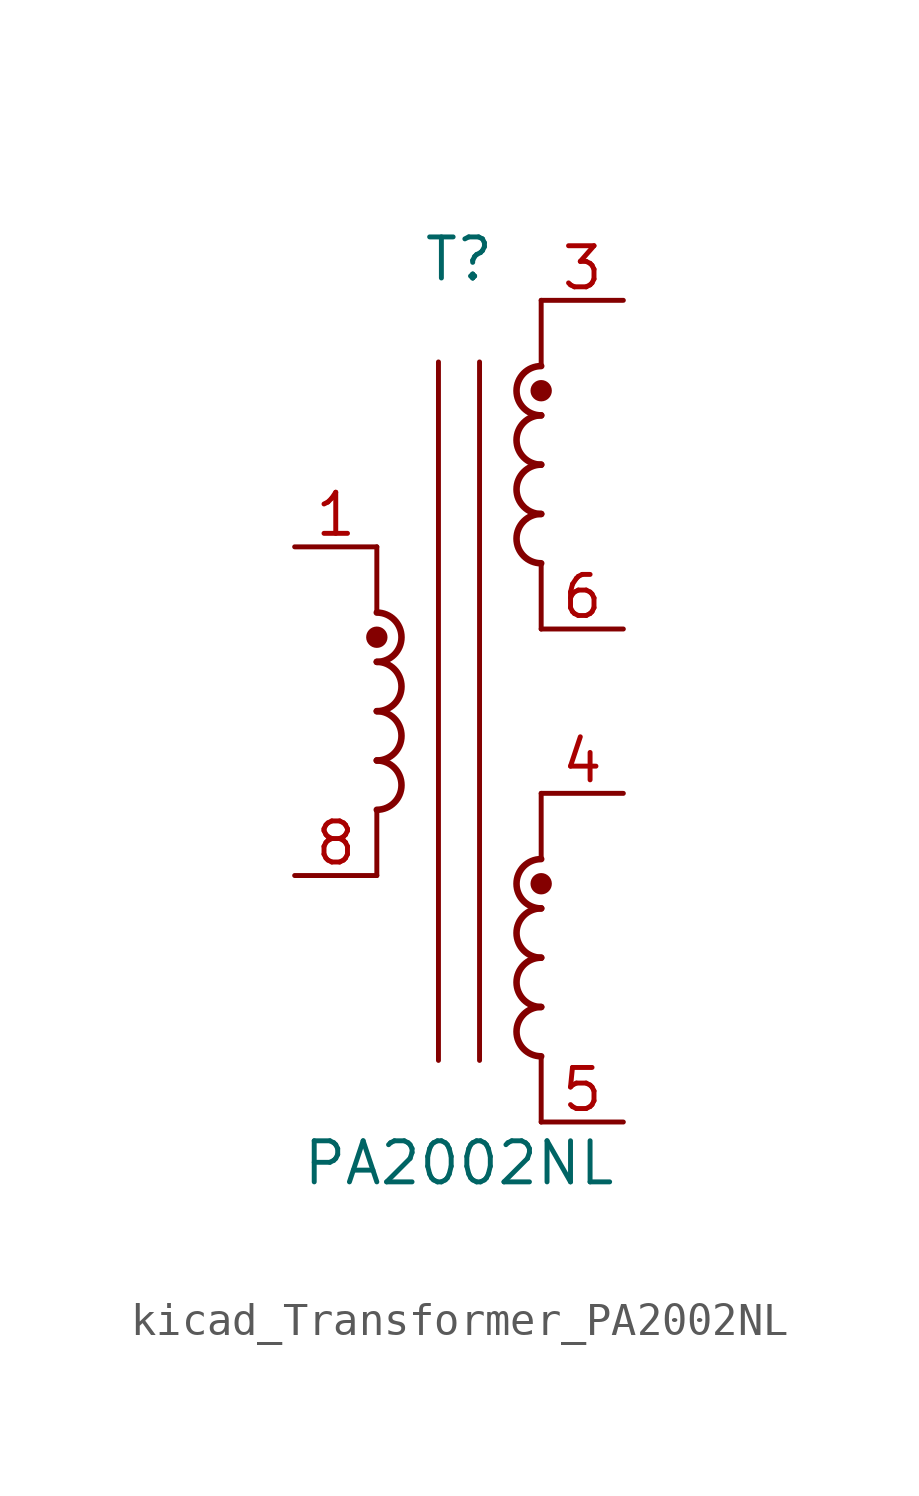
<source format=kicad_sym>
(kicad_symbol_lib
  (version 20220914)
  (generator kicad_symbol_editor)
  (symbol "kicad_Transformer_PA2002NL"
    (pin_names hide)
    (property "Reference" "T"
      (at 0 13.97 0)
      (effects (font (size 1.27 1.27))))
    (property "Value" "PA2002NL"
      (at 0 -13.97 0)
      (effects (font (size 1.27 1.27))))
    (symbol "kicad_Transformer_PA2002NL_0_1"
      (arc (start -2.54 -3.048) (mid -1.7813 -2.286) (end -2.54 -1.524) (stroke (width 0.2032) (type default)) (fill (type none)))
      (arc (start -2.54 -1.524) (mid -1.7813 -0.762) (end -2.54 0) (stroke (width 0.2032) (type default)) (fill (type none)))
      (arc (start -2.54 0) (mid -1.7813 0.762) (end -2.54 1.524) (stroke (width 0.2032) (type default)) (fill (type none)))
      (circle (center -2.54 2.286) (radius 0.254) (stroke (width 0) (type default)) (fill (type outline)))
      (polyline (pts (xy -2.54 -3.048) (xy -2.54 -5.08)) (stroke (width 0) (type default)) (fill (type none)))
      (polyline (pts (xy -2.54 5.08) (xy -2.54 3.048)) (stroke (width 0) (type default)) (fill (type none)))
      (polyline (pts (xy -0.635 10.795) (xy -0.635 -10.795)) (stroke (width 0) (type default)) (fill (type none)))
      (polyline (pts (xy 0.635 10.795) (xy 0.635 -10.795)) (stroke (width 0) (type default)) (fill (type none)))
      (polyline (pts (xy 2.54 -10.668) (xy 2.54 -12.7)) (stroke (width 0) (type default)) (fill (type none)))
      (polyline (pts (xy 2.54 -2.54) (xy 2.54 -4.572)) (stroke (width 0) (type default)) (fill (type none)))
      (polyline (pts (xy 2.54 4.572) (xy 2.54 2.54)) (stroke (width 0) (type default)) (fill (type none)))
      (polyline (pts (xy 2.54 12.7) (xy 2.54 10.668)) (stroke (width 0) (type default)) (fill (type none)))
      (arc (start 2.54 -9.144) (mid 1.7813 -9.906) (end 2.54 -10.668) (stroke (width 0.2032) (type default)) (fill (type none)))
      (arc (start 2.54 -7.62) (mid 1.7813 -8.382) (end 2.54 -9.144) (stroke (width 0.2032) (type default)) (fill (type none)))
      (arc (start 2.54 -6.096) (mid 1.7813 -6.858) (end 2.54 -7.62) (stroke (width 0.2032) (type default)) (fill (type none)))
      (circle (center 2.54 -5.334) (radius 0.254) (stroke (width 0) (type default)) (fill (type outline)))
      (arc (start 2.54 -4.572) (mid 1.7813 -5.334) (end 2.54 -6.096) (stroke (width 0.2032) (type default)) (fill (type none)))
      (arc (start 2.54 6.096) (mid 1.7813 5.334) (end 2.54 4.572) (stroke (width 0.2032) (type default)) (fill (type none)))
      (arc (start 2.54 7.62) (mid 1.7813 6.858) (end 2.54 6.096) (stroke (width 0.2032) (type default)) (fill (type none)))
      (arc (start 2.54 9.144) (mid 1.7813 8.382) (end 2.54 7.62) (stroke (width 0.2032) (type default)) (fill (type none)))
      (circle (center 2.54 9.906) (radius 0.254) (stroke (width 0) (type default)) (fill (type outline)))
      (arc (start 2.54 10.668) (mid 1.7813 9.906) (end 2.54 9.144) (stroke (width 0.2032) (type default)) (fill (type none))))
    (symbol "kicad_Transformer_PA2002NL_1_1"
      (arc (start -2.54 1.524) (mid -1.7813 2.286) (end -2.54 3.048) (stroke (width 0.2032) (type default)) (fill (type none)))
      (pin passive line (at -5.08 5.08 0) (length 2.54) (name "~" (effects (font (size 1.27 1.27)))) (number "1" (effects (font (size 1.27 1.27)))))
      (pin passive line (at 5.08 12.7 180) (length 2.54) (name "~" (effects (font (size 1.27 1.27)))) (number "3" (effects (font (size 1.27 1.27)))))
      (pin passive line (at 5.08 -2.54 180) (length 2.54) (name "~" (effects (font (size 1.27 1.27)))) (number "4" (effects (font (size 1.27 1.27)))))
      (pin passive line (at 5.08 -12.7 180) (length 2.54) (name "~" (effects (font (size 1.27 1.27)))) (number "5" (effects (font (size 1.27 1.27)))))
      (pin passive line (at 5.08 2.54 180) (length 2.54) (name "~" (effects (font (size 1.27 1.27)))) (number "6" (effects (font (size 1.27 1.27)))))
      (pin passive line (at -5.08 -5.08 0) (length 2.54) (name "~" (effects (font (size 1.27 1.27)))) (number "8" (effects (font (size 1.27 1.27))))))))
</source>
